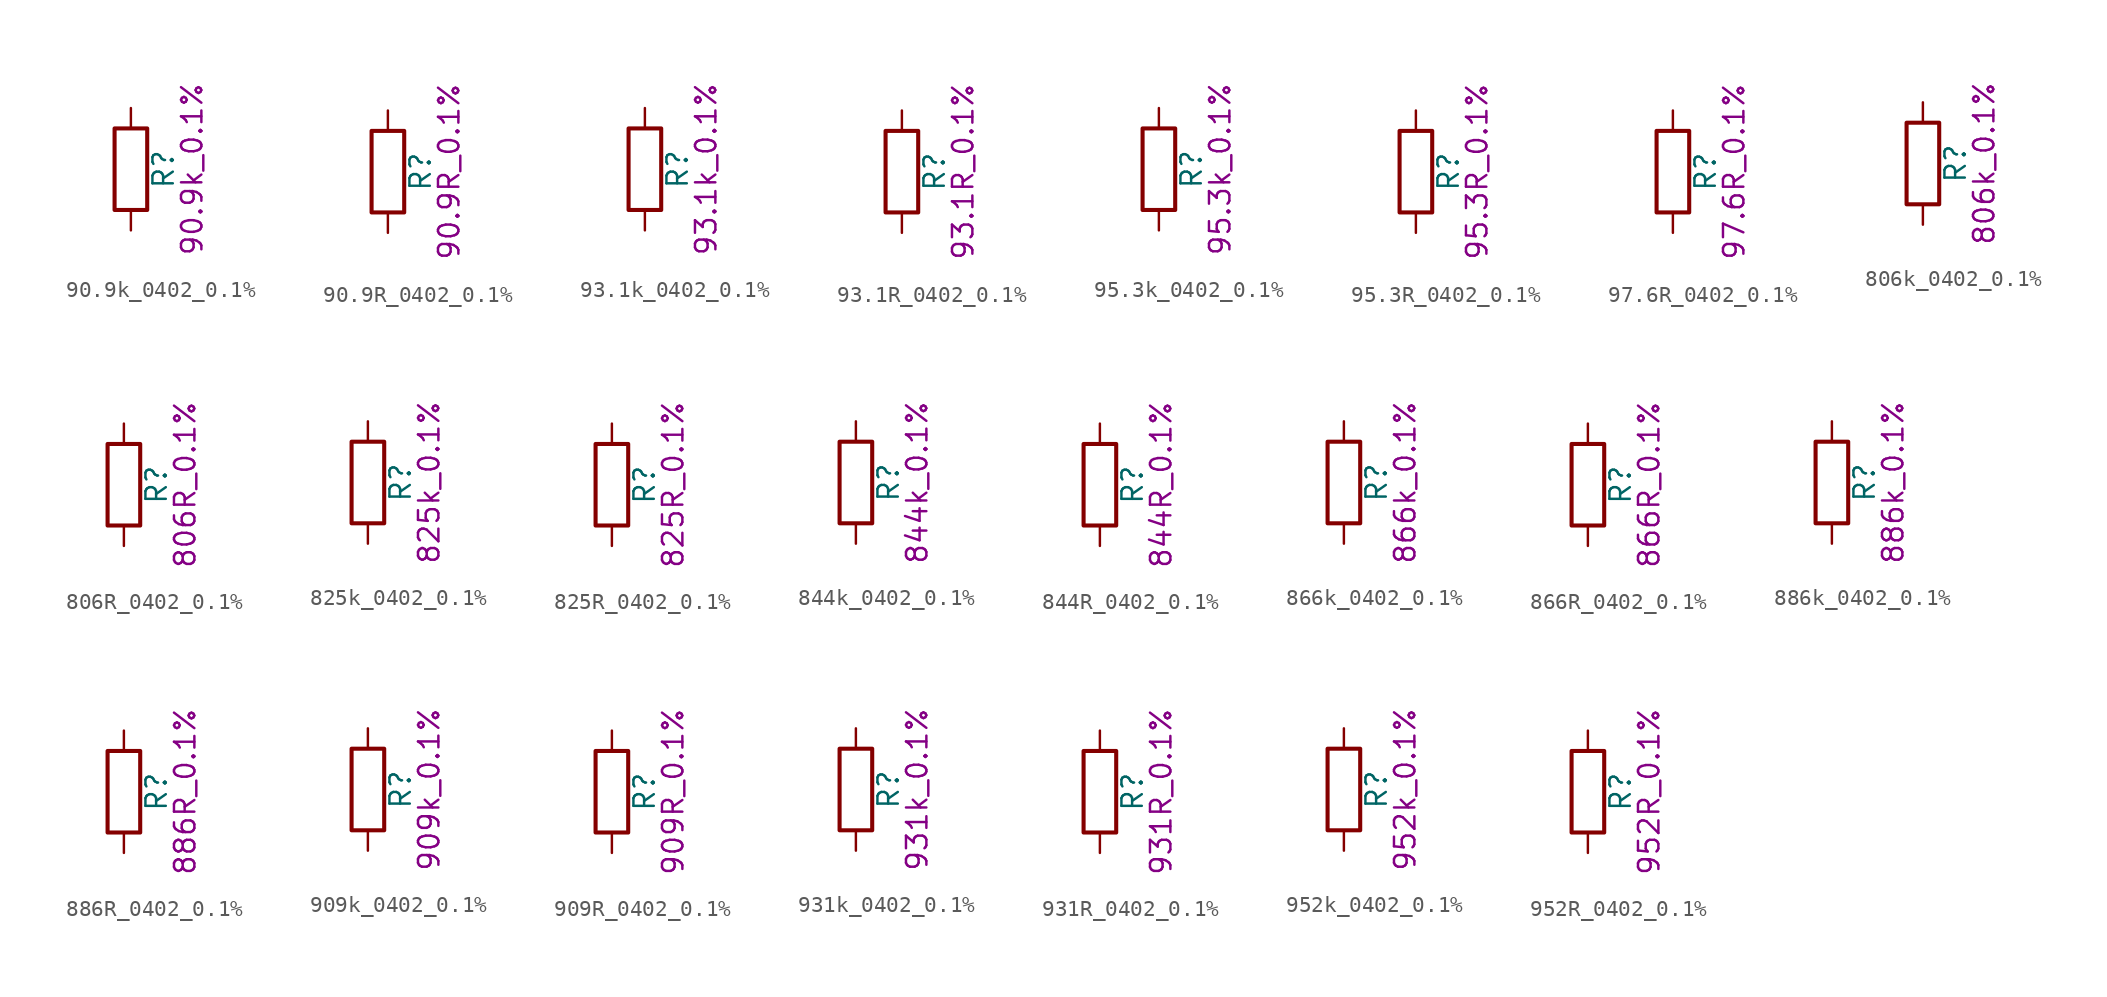
<source format=kicad_sym>
(kicad_symbol_lib
  (version 20211014)
  (generator kicad_symbol_editor)
  (symbol "90.9k_0402_0.1%"
    (pin_numbers hide)
    (pin_names
      (offset 0))
    (property "Reference" "R"
      (at 2.032 0 90)
      (effects (font (size 1.27 1.27))))
    (property "Display" "90.9k_0.1%"
      (at 3.81 0 90)
      (effects (font (size 1.27 1.27))))
    (symbol "90.9k_0402_0.1%_0_1"
      (rectangle (start -1.016 -2.54) (end 1.016 2.54) (stroke (width 0.254) (type default) (color 0 0 0 0)) (fill (type none))))
    (symbol "90.9k_0402_0.1%_1_1"
      (pin passive line (at 0 3.81 270) (length 1.27) (name "~" (effects (font (size 1.27 1.27)))) (number "1" (effects (font (size 1.27 1.27)))))
      (pin passive line (at 0 -3.81 90) (length 1.27) (name "~" (effects (font (size 1.27 1.27)))) (number "2" (effects (font (size 1.27 1.27)))))))
  (symbol "90.9R_0402_0.1%"
    (pin_numbers hide)
    (pin_names
      (offset 0))
    (property "Reference" "R"
      (at 2.032 0 90)
      (effects (font (size 1.27 1.27))))
    (property "Display" "90.9R_0.1%"
      (at 3.81 0 90)
      (effects (font (size 1.27 1.27))))
    (symbol "90.9R_0402_0.1%_0_1"
      (rectangle (start -1.016 -2.54) (end 1.016 2.54) (stroke (width 0.254) (type default) (color 0 0 0 0)) (fill (type none))))
    (symbol "90.9R_0402_0.1%_1_1"
      (pin passive line (at 0 3.81 270) (length 1.27) (name "~" (effects (font (size 1.27 1.27)))) (number "1" (effects (font (size 1.27 1.27)))))
      (pin passive line (at 0 -3.81 90) (length 1.27) (name "~" (effects (font (size 1.27 1.27)))) (number "2" (effects (font (size 1.27 1.27)))))))
  (symbol "93.1k_0402_0.1%"
    (pin_numbers hide)
    (pin_names
      (offset 0))
    (property "Reference" "R"
      (at 2.032 0 90)
      (effects (font (size 1.27 1.27))))
    (property "Display" "93.1k_0.1%"
      (at 3.81 0 90)
      (effects (font (size 1.27 1.27))))
    (symbol "93.1k_0402_0.1%_0_1"
      (rectangle (start -1.016 -2.54) (end 1.016 2.54) (stroke (width 0.254) (type default) (color 0 0 0 0)) (fill (type none))))
    (symbol "93.1k_0402_0.1%_1_1"
      (pin passive line (at 0 3.81 270) (length 1.27) (name "~" (effects (font (size 1.27 1.27)))) (number "1" (effects (font (size 1.27 1.27)))))
      (pin passive line (at 0 -3.81 90) (length 1.27) (name "~" (effects (font (size 1.27 1.27)))) (number "2" (effects (font (size 1.27 1.27)))))))
  (symbol "93.1R_0402_0.1%"
    (pin_numbers hide)
    (pin_names
      (offset 0))
    (property "Reference" "R"
      (at 2.032 0 90)
      (effects (font (size 1.27 1.27))))
    (property "Display" "93.1R_0.1%"
      (at 3.81 0 90)
      (effects (font (size 1.27 1.27))))
    (symbol "93.1R_0402_0.1%_0_1"
      (rectangle (start -1.016 -2.54) (end 1.016 2.54) (stroke (width 0.254) (type default) (color 0 0 0 0)) (fill (type none))))
    (symbol "93.1R_0402_0.1%_1_1"
      (pin passive line (at 0 3.81 270) (length 1.27) (name "~" (effects (font (size 1.27 1.27)))) (number "1" (effects (font (size 1.27 1.27)))))
      (pin passive line (at 0 -3.81 90) (length 1.27) (name "~" (effects (font (size 1.27 1.27)))) (number "2" (effects (font (size 1.27 1.27)))))))
  (symbol "95.3k_0402_0.1%"
    (pin_numbers hide)
    (pin_names
      (offset 0))
    (property "Reference" "R"
      (at 2.032 0 90)
      (effects (font (size 1.27 1.27))))
    (property "Display" "95.3k_0.1%"
      (at 3.81 0 90)
      (effects (font (size 1.27 1.27))))
    (symbol "95.3k_0402_0.1%_0_1"
      (rectangle (start -1.016 -2.54) (end 1.016 2.54) (stroke (width 0.254) (type default) (color 0 0 0 0)) (fill (type none))))
    (symbol "95.3k_0402_0.1%_1_1"
      (pin passive line (at 0 3.81 270) (length 1.27) (name "~" (effects (font (size 1.27 1.27)))) (number "1" (effects (font (size 1.27 1.27)))))
      (pin passive line (at 0 -3.81 90) (length 1.27) (name "~" (effects (font (size 1.27 1.27)))) (number "2" (effects (font (size 1.27 1.27)))))))
  (symbol "95.3R_0402_0.1%"
    (pin_numbers hide)
    (pin_names
      (offset 0))
    (property "Reference" "R"
      (at 2.032 0 90)
      (effects (font (size 1.27 1.27))))
    (property "Display" "95.3R_0.1%"
      (at 3.81 0 90)
      (effects (font (size 1.27 1.27))))
    (symbol "95.3R_0402_0.1%_0_1"
      (rectangle (start -1.016 -2.54) (end 1.016 2.54) (stroke (width 0.254) (type default) (color 0 0 0 0)) (fill (type none))))
    (symbol "95.3R_0402_0.1%_1_1"
      (pin passive line (at 0 3.81 270) (length 1.27) (name "~" (effects (font (size 1.27 1.27)))) (number "1" (effects (font (size 1.27 1.27)))))
      (pin passive line (at 0 -3.81 90) (length 1.27) (name "~" (effects (font (size 1.27 1.27)))) (number "2" (effects (font (size 1.27 1.27)))))))
  (symbol "97.6R_0402_0.1%"
    (pin_numbers hide)
    (pin_names
      (offset 0))
    (property "Reference" "R"
      (at 2.032 0 90)
      (effects (font (size 1.27 1.27))))
    (property "Display" "97.6R_0.1%"
      (at 3.81 0 90)
      (effects (font (size 1.27 1.27))))
    (symbol "97.6R_0402_0.1%_0_1"
      (rectangle (start -1.016 -2.54) (end 1.016 2.54) (stroke (width 0.254) (type default) (color 0 0 0 0)) (fill (type none))))
    (symbol "97.6R_0402_0.1%_1_1"
      (pin passive line (at 0 3.81 270) (length 1.27) (name "~" (effects (font (size 1.27 1.27)))) (number "1" (effects (font (size 1.27 1.27)))))
      (pin passive line (at 0 -3.81 90) (length 1.27) (name "~" (effects (font (size 1.27 1.27)))) (number "2" (effects (font (size 1.27 1.27)))))))
  (symbol "806k_0402_0.1%"
    (pin_numbers hide)
    (pin_names
      (offset 0))
    (property "Reference" "R"
      (at 2.032 0 90)
      (effects (font (size 1.27 1.27))))
    (property "Display" "806k_0.1%"
      (at 3.81 0 90)
      (effects (font (size 1.27 1.27))))
    (symbol "806k_0402_0.1%_0_1"
      (rectangle (start -1.016 -2.54) (end 1.016 2.54) (stroke (width 0.254) (type default) (color 0 0 0 0)) (fill (type none))))
    (symbol "806k_0402_0.1%_1_1"
      (pin passive line (at 0 3.81 270) (length 1.27) (name "~" (effects (font (size 1.27 1.27)))) (number "1" (effects (font (size 1.27 1.27)))))
      (pin passive line (at 0 -3.81 90) (length 1.27) (name "~" (effects (font (size 1.27 1.27)))) (number "2" (effects (font (size 1.27 1.27)))))))
  (symbol "806R_0402_0.1%"
    (pin_numbers hide)
    (pin_names
      (offset 0))
    (property "Reference" "R"
      (at 2.032 0 90)
      (effects (font (size 1.27 1.27))))
    (property "Display" "806R_0.1%"
      (at 3.81 0 90)
      (effects (font (size 1.27 1.27))))
    (symbol "806R_0402_0.1%_0_1"
      (rectangle (start -1.016 -2.54) (end 1.016 2.54) (stroke (width 0.254) (type default) (color 0 0 0 0)) (fill (type none))))
    (symbol "806R_0402_0.1%_1_1"
      (pin passive line (at 0 3.81 270) (length 1.27) (name "~" (effects (font (size 1.27 1.27)))) (number "1" (effects (font (size 1.27 1.27)))))
      (pin passive line (at 0 -3.81 90) (length 1.27) (name "~" (effects (font (size 1.27 1.27)))) (number "2" (effects (font (size 1.27 1.27)))))))
  (symbol "825k_0402_0.1%"
    (pin_numbers hide)
    (pin_names
      (offset 0))
    (property "Reference" "R"
      (at 2.032 0 90)
      (effects (font (size 1.27 1.27))))
    (property "Display" "825k_0.1%"
      (at 3.81 0 90)
      (effects (font (size 1.27 1.27))))
    (symbol "825k_0402_0.1%_0_1"
      (rectangle (start -1.016 -2.54) (end 1.016 2.54) (stroke (width 0.254) (type default) (color 0 0 0 0)) (fill (type none))))
    (symbol "825k_0402_0.1%_1_1"
      (pin passive line (at 0 3.81 270) (length 1.27) (name "~" (effects (font (size 1.27 1.27)))) (number "1" (effects (font (size 1.27 1.27)))))
      (pin passive line (at 0 -3.81 90) (length 1.27) (name "~" (effects (font (size 1.27 1.27)))) (number "2" (effects (font (size 1.27 1.27)))))))
  (symbol "825R_0402_0.1%"
    (pin_numbers hide)
    (pin_names
      (offset 0))
    (property "Reference" "R"
      (at 2.032 0 90)
      (effects (font (size 1.27 1.27))))
    (property "Display" "825R_0.1%"
      (at 3.81 0 90)
      (effects (font (size 1.27 1.27))))
    (symbol "825R_0402_0.1%_0_1"
      (rectangle (start -1.016 -2.54) (end 1.016 2.54) (stroke (width 0.254) (type default) (color 0 0 0 0)) (fill (type none))))
    (symbol "825R_0402_0.1%_1_1"
      (pin passive line (at 0 3.81 270) (length 1.27) (name "~" (effects (font (size 1.27 1.27)))) (number "1" (effects (font (size 1.27 1.27)))))
      (pin passive line (at 0 -3.81 90) (length 1.27) (name "~" (effects (font (size 1.27 1.27)))) (number "2" (effects (font (size 1.27 1.27)))))))
  (symbol "844k_0402_0.1%"
    (pin_numbers hide)
    (pin_names
      (offset 0))
    (property "Reference" "R"
      (at 2.032 0 90)
      (effects (font (size 1.27 1.27))))
    (property "Display" "844k_0.1%"
      (at 3.81 0 90)
      (effects (font (size 1.27 1.27))))
    (symbol "844k_0402_0.1%_0_1"
      (rectangle (start -1.016 -2.54) (end 1.016 2.54) (stroke (width 0.254) (type default) (color 0 0 0 0)) (fill (type none))))
    (symbol "844k_0402_0.1%_1_1"
      (pin passive line (at 0 3.81 270) (length 1.27) (name "~" (effects (font (size 1.27 1.27)))) (number "1" (effects (font (size 1.27 1.27)))))
      (pin passive line (at 0 -3.81 90) (length 1.27) (name "~" (effects (font (size 1.27 1.27)))) (number "2" (effects (font (size 1.27 1.27)))))))
  (symbol "844R_0402_0.1%"
    (pin_numbers hide)
    (pin_names
      (offset 0))
    (property "Reference" "R"
      (at 2.032 0 90)
      (effects (font (size 1.27 1.27))))
    (property "Display" "844R_0.1%"
      (at 3.81 0 90)
      (effects (font (size 1.27 1.27))))
    (symbol "844R_0402_0.1%_0_1"
      (rectangle (start -1.016 -2.54) (end 1.016 2.54) (stroke (width 0.254) (type default) (color 0 0 0 0)) (fill (type none))))
    (symbol "844R_0402_0.1%_1_1"
      (pin passive line (at 0 3.81 270) (length 1.27) (name "~" (effects (font (size 1.27 1.27)))) (number "1" (effects (font (size 1.27 1.27)))))
      (pin passive line (at 0 -3.81 90) (length 1.27) (name "~" (effects (font (size 1.27 1.27)))) (number "2" (effects (font (size 1.27 1.27)))))))
  (symbol "866k_0402_0.1%"
    (pin_numbers hide)
    (pin_names
      (offset 0))
    (property "Reference" "R"
      (at 2.032 0 90)
      (effects (font (size 1.27 1.27))))
    (property "Display" "866k_0.1%"
      (at 3.81 0 90)
      (effects (font (size 1.27 1.27))))
    (symbol "866k_0402_0.1%_0_1"
      (rectangle (start -1.016 -2.54) (end 1.016 2.54) (stroke (width 0.254) (type default) (color 0 0 0 0)) (fill (type none))))
    (symbol "866k_0402_0.1%_1_1"
      (pin passive line (at 0 3.81 270) (length 1.27) (name "~" (effects (font (size 1.27 1.27)))) (number "1" (effects (font (size 1.27 1.27)))))
      (pin passive line (at 0 -3.81 90) (length 1.27) (name "~" (effects (font (size 1.27 1.27)))) (number "2" (effects (font (size 1.27 1.27)))))))
  (symbol "866R_0402_0.1%"
    (pin_numbers hide)
    (pin_names
      (offset 0))
    (property "Reference" "R"
      (at 2.032 0 90)
      (effects (font (size 1.27 1.27))))
    (property "Display" "866R_0.1%"
      (at 3.81 0 90)
      (effects (font (size 1.27 1.27))))
    (symbol "866R_0402_0.1%_0_1"
      (rectangle (start -1.016 -2.54) (end 1.016 2.54) (stroke (width 0.254) (type default) (color 0 0 0 0)) (fill (type none))))
    (symbol "866R_0402_0.1%_1_1"
      (pin passive line (at 0 3.81 270) (length 1.27) (name "~" (effects (font (size 1.27 1.27)))) (number "1" (effects (font (size 1.27 1.27)))))
      (pin passive line (at 0 -3.81 90) (length 1.27) (name "~" (effects (font (size 1.27 1.27)))) (number "2" (effects (font (size 1.27 1.27)))))))
  (symbol "886k_0402_0.1%"
    (pin_numbers hide)
    (pin_names
      (offset 0))
    (property "Reference" "R"
      (at 2.032 0 90)
      (effects (font (size 1.27 1.27))))
    (property "Display" "886k_0.1%"
      (at 3.81 0 90)
      (effects (font (size 1.27 1.27))))
    (symbol "886k_0402_0.1%_0_1"
      (rectangle (start -1.016 -2.54) (end 1.016 2.54) (stroke (width 0.254) (type default) (color 0 0 0 0)) (fill (type none))))
    (symbol "886k_0402_0.1%_1_1"
      (pin passive line (at 0 3.81 270) (length 1.27) (name "~" (effects (font (size 1.27 1.27)))) (number "1" (effects (font (size 1.27 1.27)))))
      (pin passive line (at 0 -3.81 90) (length 1.27) (name "~" (effects (font (size 1.27 1.27)))) (number "2" (effects (font (size 1.27 1.27)))))))
  (symbol "886R_0402_0.1%"
    (pin_numbers hide)
    (pin_names
      (offset 0))
    (property "Reference" "R"
      (at 2.032 0 90)
      (effects (font (size 1.27 1.27))))
    (property "Display" "886R_0.1%"
      (at 3.81 0 90)
      (effects (font (size 1.27 1.27))))
    (symbol "886R_0402_0.1%_0_1"
      (rectangle (start -1.016 -2.54) (end 1.016 2.54) (stroke (width 0.254) (type default) (color 0 0 0 0)) (fill (type none))))
    (symbol "886R_0402_0.1%_1_1"
      (pin passive line (at 0 3.81 270) (length 1.27) (name "~" (effects (font (size 1.27 1.27)))) (number "1" (effects (font (size 1.27 1.27)))))
      (pin passive line (at 0 -3.81 90) (length 1.27) (name "~" (effects (font (size 1.27 1.27)))) (number "2" (effects (font (size 1.27 1.27)))))))
  (symbol "909k_0402_0.1%"
    (pin_numbers hide)
    (pin_names
      (offset 0))
    (property "Reference" "R"
      (at 2.032 0 90)
      (effects (font (size 1.27 1.27))))
    (property "Display" "909k_0.1%"
      (at 3.81 0 90)
      (effects (font (size 1.27 1.27))))
    (symbol "909k_0402_0.1%_0_1"
      (rectangle (start -1.016 -2.54) (end 1.016 2.54) (stroke (width 0.254) (type default) (color 0 0 0 0)) (fill (type none))))
    (symbol "909k_0402_0.1%_1_1"
      (pin passive line (at 0 3.81 270) (length 1.27) (name "~" (effects (font (size 1.27 1.27)))) (number "1" (effects (font (size 1.27 1.27)))))
      (pin passive line (at 0 -3.81 90) (length 1.27) (name "~" (effects (font (size 1.27 1.27)))) (number "2" (effects (font (size 1.27 1.27)))))))
  (symbol "909R_0402_0.1%"
    (pin_numbers hide)
    (pin_names
      (offset 0))
    (property "Reference" "R"
      (at 2.032 0 90)
      (effects (font (size 1.27 1.27))))
    (property "Display" "909R_0.1%"
      (at 3.81 0 90)
      (effects (font (size 1.27 1.27))))
    (symbol "909R_0402_0.1%_0_1"
      (rectangle (start -1.016 -2.54) (end 1.016 2.54) (stroke (width 0.254) (type default) (color 0 0 0 0)) (fill (type none))))
    (symbol "909R_0402_0.1%_1_1"
      (pin passive line (at 0 3.81 270) (length 1.27) (name "~" (effects (font (size 1.27 1.27)))) (number "1" (effects (font (size 1.27 1.27)))))
      (pin passive line (at 0 -3.81 90) (length 1.27) (name "~" (effects (font (size 1.27 1.27)))) (number "2" (effects (font (size 1.27 1.27)))))))
  (symbol "931k_0402_0.1%"
    (pin_numbers hide)
    (pin_names
      (offset 0))
    (property "Reference" "R"
      (at 2.032 0 90)
      (effects (font (size 1.27 1.27))))
    (property "Display" "931k_0.1%"
      (at 3.81 0 90)
      (effects (font (size 1.27 1.27))))
    (symbol "931k_0402_0.1%_0_1"
      (rectangle (start -1.016 -2.54) (end 1.016 2.54) (stroke (width 0.254) (type default) (color 0 0 0 0)) (fill (type none))))
    (symbol "931k_0402_0.1%_1_1"
      (pin passive line (at 0 3.81 270) (length 1.27) (name "~" (effects (font (size 1.27 1.27)))) (number "1" (effects (font (size 1.27 1.27)))))
      (pin passive line (at 0 -3.81 90) (length 1.27) (name "~" (effects (font (size 1.27 1.27)))) (number "2" (effects (font (size 1.27 1.27)))))))
  (symbol "931R_0402_0.1%"
    (pin_numbers hide)
    (pin_names
      (offset 0))
    (property "Reference" "R"
      (at 2.032 0 90)
      (effects (font (size 1.27 1.27))))
    (property "Display" "931R_0.1%"
      (at 3.81 0 90)
      (effects (font (size 1.27 1.27))))
    (symbol "931R_0402_0.1%_0_1"
      (rectangle (start -1.016 -2.54) (end 1.016 2.54) (stroke (width 0.254) (type default) (color 0 0 0 0)) (fill (type none))))
    (symbol "931R_0402_0.1%_1_1"
      (pin passive line (at 0 3.81 270) (length 1.27) (name "~" (effects (font (size 1.27 1.27)))) (number "1" (effects (font (size 1.27 1.27)))))
      (pin passive line (at 0 -3.81 90) (length 1.27) (name "~" (effects (font (size 1.27 1.27)))) (number "2" (effects (font (size 1.27 1.27)))))))
  (symbol "952k_0402_0.1%"
    (pin_numbers hide)
    (pin_names
      (offset 0))
    (property "Reference" "R"
      (at 2.032 0 90)
      (effects (font (size 1.27 1.27))))
    (property "Display" "952k_0.1%"
      (at 3.81 0 90)
      (effects (font (size 1.27 1.27))))
    (symbol "952k_0402_0.1%_0_1"
      (rectangle (start -1.016 -2.54) (end 1.016 2.54) (stroke (width 0.254) (type default) (color 0 0 0 0)) (fill (type none))))
    (symbol "952k_0402_0.1%_1_1"
      (pin passive line (at 0 3.81 270) (length 1.27) (name "~" (effects (font (size 1.27 1.27)))) (number "1" (effects (font (size 1.27 1.27)))))
      (pin passive line (at 0 -3.81 90) (length 1.27) (name "~" (effects (font (size 1.27 1.27)))) (number "2" (effects (font (size 1.27 1.27)))))))
  (symbol "952R_0402_0.1%"
    (pin_numbers hide)
    (pin_names
      (offset 0))
    (property "Reference" "R"
      (at 2.032 0 90)
      (effects (font (size 1.27 1.27))))
    (property "Display" "952R_0.1%"
      (at 3.81 0 90)
      (effects (font (size 1.27 1.27))))
    (symbol "952R_0402_0.1%_0_1"
      (rectangle (start -1.016 -2.54) (end 1.016 2.54) (stroke (width 0.254) (type default) (color 0 0 0 0)) (fill (type none))))
    (symbol "952R_0402_0.1%_1_1"
      (pin passive line (at 0 3.81 270) (length 1.27) (name "~" (effects (font (size 1.27 1.27)))) (number "1" (effects (font (size 1.27 1.27)))))
      (pin passive line (at 0 -3.81 90) (length 1.27) (name "~" (effects (font (size 1.27 1.27)))) (number "2" (effects (font (size 1.27 1.27))))))))
</source>
